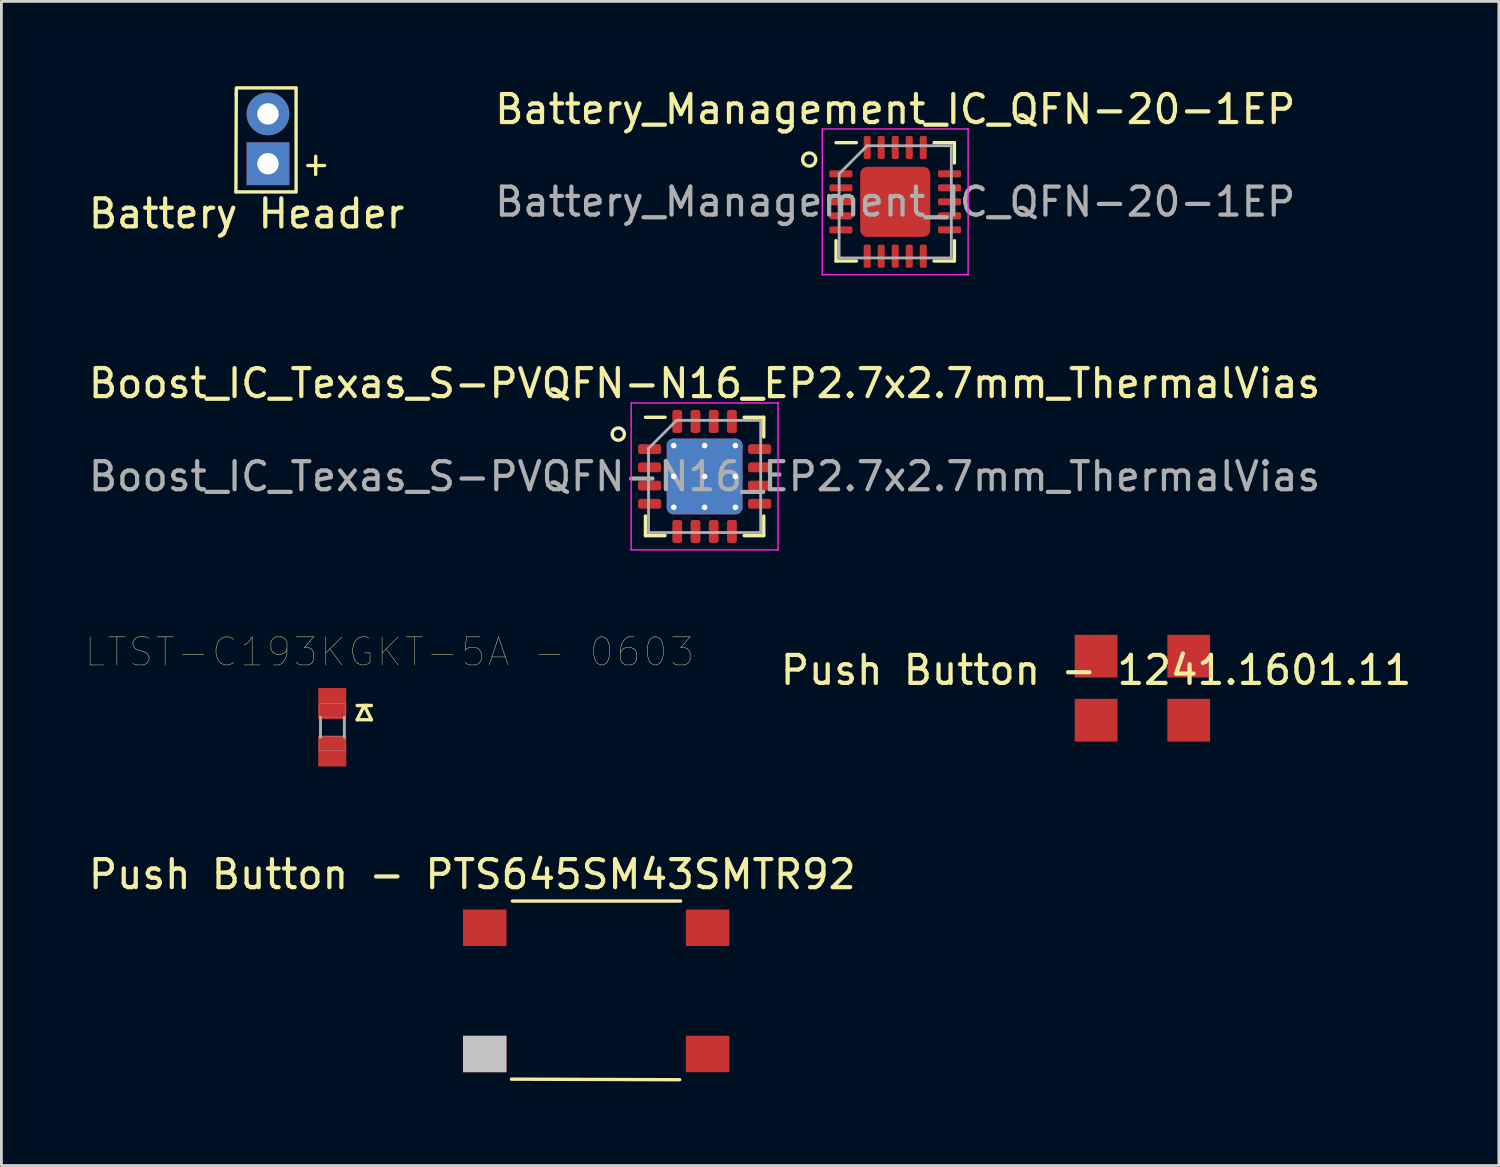
<source format=kicad_pcb>
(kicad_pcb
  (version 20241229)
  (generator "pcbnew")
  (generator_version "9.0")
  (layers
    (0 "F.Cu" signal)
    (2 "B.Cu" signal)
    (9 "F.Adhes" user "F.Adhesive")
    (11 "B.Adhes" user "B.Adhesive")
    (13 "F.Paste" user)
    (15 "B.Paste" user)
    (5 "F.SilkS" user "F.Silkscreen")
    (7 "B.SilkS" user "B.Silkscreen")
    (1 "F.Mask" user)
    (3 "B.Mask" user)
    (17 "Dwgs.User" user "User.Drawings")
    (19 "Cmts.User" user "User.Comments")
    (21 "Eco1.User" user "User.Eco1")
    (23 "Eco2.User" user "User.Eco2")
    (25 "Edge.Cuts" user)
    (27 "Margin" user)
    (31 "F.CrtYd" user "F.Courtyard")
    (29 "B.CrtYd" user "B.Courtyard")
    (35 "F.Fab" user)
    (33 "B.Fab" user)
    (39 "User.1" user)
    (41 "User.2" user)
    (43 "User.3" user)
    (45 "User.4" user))
  (footprint "Battery Header"
    (layer "F.Cu")
    (at 5.49 0.25)
    (property "Reference" "Battery Header" (at 0.254 4.318 0) (layer "F.SilkS") (effects (font (size 1 1) (thickness 0.15))))
    (attr through_hole)
    (fp_line (start -0.127 3.543) (end 2.007 3.543) (stroke (width 0.12) (type solid)) (layer "F.SilkS"))
    (fp_line (start -0.114 -0.152) (end -0.114 0.076) (stroke (width 0.12) (type solid)) (layer "F.SilkS"))
    (fp_line (start -0.114 0.051) (end -0.127 3.543) (stroke (width 0.12) (type solid)) (layer "F.SilkS"))
    (fp_line (start 2.019 -0.165) (end -0.102 -0.165) (stroke (width 0.12) (type solid)) (layer "F.SilkS"))
    (fp_line (start 2.019 3.543) (end 2.019 -0.165) (stroke (width 0.12) (type solid)) (layer "F.SilkS"))
    (fp_line (start 2.438 2.603) (end 3.035 2.603) (stroke (width 0.12) (type solid)) (layer "F.SilkS"))
    (fp_line (start 2.718 2.273) (end 2.718 2.921) (stroke (width 0.12) (type solid)) (layer "F.SilkS"))
    (pad "1" thru_hole rect (at 1.016 2.54) (size 1.524 1.524) (drill 0.762) (layers "*.Cu" "*.Mask"))
    (pad "2" thru_hole circle (at 1.016 0.762) (size 1.524 1.524) (drill 0.762) (layers "*.Cu" "*.Mask")))
  (footprint "LTST-C193KGKT-5A - 0603"
    (layer "F.Cu")
    (at 8.29 21.474)
    (property "Reference" "LTST-C193KGKT-5A - 0603" (at 2.548 -1.274 0) (layer "F.SilkS") (effects (font (size 1.003 1.003) (thickness 0.015))))
    (attr through_hole)
    (fp_line (start 1.397 0.635) (end 1.778 0.635) (stroke (width 0.12) (type solid)) (layer "F.SilkS"))
    (fp_line (start 1.397 1.143) (end 1.905 1.143) (stroke (width 0.12) (type solid)) (layer "F.SilkS"))
    (fp_line (start 1.651 0.635) (end 1.397 1.143) (stroke (width 0.12) (type solid)) (layer "F.SilkS"))
    (fp_line (start 1.778 0.635) (end 1.651 0.635) (stroke (width 0.12) (type solid)) (layer "F.SilkS"))
    (fp_line (start 1.905 0.635) (end 1.778 0.635) (stroke (width 0.12) (type solid)) (layer "F.SilkS"))
    (fp_line (start 1.905 1.143) (end 1.651 0.635) (stroke (width 0.12) (type solid)) (layer "F.SilkS"))
    (fp_line (start 0.089 1.054) (end 0.089 1.766) (stroke (width 0.102) (type solid)) (layer "F.Fab"))
    (fp_line (start 0.94 1.054) (end 0.94 1.766) (stroke (width 0.102) (type solid)) (layer "F.Fab"))
    (fp_poly (pts (xy 0.988 0.571) (xy 0.988 1.072) (xy 0.038 1.072) (xy 0.038 0.571)) (stroke (width 0.01) (type solid)) (fill no) (layer "F.Fab"))
    (fp_poly (pts (xy 0.988 1.741) (xy 0.988 2.24) (xy 0.037 2.24) (xy 0.037 1.741)) (stroke (width 0.01) (type solid)) (fill no) (layer "F.Fab"))
    (pad "1" smd rect (at 0.508 0.56 90) (size 1.1 1) (layers "F.Cu" "F.Mask" "F.Paste"))
    (pad "2" smd rect (at 0.508 2.26 270) (size 1.1 1) (layers "F.Cu" "F.Mask" "F.Paste")))
  (footprint "Push Button - 1241.1601.11"
    (layer "F.Cu")
    (at 36.039 20.349)
    (property "Reference" "Push Button - 1241.1601.11" (at 0 0.5 0) (layer "F.SilkS") (effects (font (size 1 1) (thickness 0.15))))
    (attr through_hole)
    (pad "1" smd rect (at 0 0) (size 1.524 1.524) (layers "F.Cu" "F.Mask" "F.Paste"))
    (pad "1" smd rect (at 0 2.286) (size 1.524 1.524) (layers "F.Cu" "F.Mask" "F.Paste"))
    (pad "2" smd rect (at 3.302 0) (size 1.524 1.524) (layers "F.Cu" "F.Mask" "F.Paste"))
    (pad "2" smd rect (at 3.302 2.286) (size 1.524 1.524) (layers "F.Cu" "F.Mask" "F.Paste")))
  (footprint "Push Button - PTS645SM43SMTR92"
    (layer "F.Cu")
    (at 14.236 30.037)
    (property "Reference" "Push Button - PTS645SM43SMTR92" (at -0.445 -1.905 0) (layer "F.SilkS") (effects (font (size 1 1) (thickness 0.15))))
    (attr through_hole)
    (fp_line (start 0.953 5.397) (end 6.952 5.418) (stroke (width 0.12) (type solid)) (layer "F.SilkS"))
    (fp_line (start 0.985 -0.953) (end 6.985 -0.953) (stroke (width 0.12) (type solid)) (layer "F.SilkS"))
    (pad "1" smd rect (at 0 0) (size 1.55 1.3) (layers "F.Cu" "F.Mask" "F.Paste"))
    (pad "1" smd rect (at 7.95 0) (size 1.55 1.3) (layers "F.Cu" "F.Mask" "F.Paste"))
    (pad "2" smd rect (at 0 4.5) (size 1.55 1.3) (layers "F.Cu" "F.Mask" "F.Paste" "Dwgs.User"))
    (pad "2" smd rect (at 7.95 4.5) (size 1.55 1.3) (layers "F.Cu" "F.Mask" "F.Paste")))
  (footprint "Boost_IC_Texas_S-PVQFN-N16_EP2.7x2.7mm_ThermalVias"
    (layer "F.Cu")
    (at 22.077 13.941)
    (property "Reference" "Boost_IC_Texas_S-PVQFN-N16_EP2.7x2.7mm_ThermalVias" (at 0 -3.32 0) (layer "F.SilkS") (effects (font (size 1 1) (thickness 0.15))))
    (attr smd)
    (fp_line (start -2.11 2.11) (end -2.11 1.41) (stroke (width 0.12) (type solid)) (layer "F.SilkS"))
    (fp_line (start -1.41 -2.11) (end -2.11 -2.11) (stroke (width 0.12) (type solid)) (layer "F.SilkS"))
    (fp_line (start -1.41 2.11) (end -2.11 2.11) (stroke (width 0.12) (type solid)) (layer "F.SilkS"))
    (fp_line (start 1.41 -2.11) (end 2.11 -2.11) (stroke (width 0.12) (type solid)) (layer "F.SilkS"))
    (fp_line (start 1.41 2.11) (end 2.11 2.11) (stroke (width 0.12) (type solid)) (layer "F.SilkS"))
    (fp_line (start 2.11 -2.11) (end 2.11 -1.41) (stroke (width 0.12) (type solid)) (layer "F.SilkS"))
    (fp_line (start 2.11 2.11) (end 2.11 1.41) (stroke (width 0.12) (type solid)) (layer "F.SilkS"))
    (fp_circle (center -3.078 -1.511) (end -3.023 -1.3) (stroke (width 0.12) (type solid)) (fill no) (layer "F.SilkS"))
    (fp_line (start -2.62 -2.62) (end -2.62 2.62) (stroke (width 0.05) (type solid)) (layer "F.CrtYd"))
    (fp_line (start -2.62 2.62) (end 2.62 2.62) (stroke (width 0.05) (type solid)) (layer "F.CrtYd"))
    (fp_line (start 2.62 -2.62) (end -2.62 -2.62) (stroke (width 0.05) (type solid)) (layer "F.CrtYd"))
    (fp_line (start 2.62 2.62) (end 2.62 -2.62) (stroke (width 0.05) (type solid)) (layer "F.CrtYd"))
    (fp_line (start -2 -1) (end -1 -2) (stroke (width 0.1) (type solid)) (layer "F.Fab"))
    (fp_line (start -2 2) (end -2 -1) (stroke (width 0.1) (type solid)) (layer "F.Fab"))
    (fp_line (start -1 -2) (end 2 -2) (stroke (width 0.1) (type solid)) (layer "F.Fab"))
    (fp_line (start 2 -2) (end 2 2) (stroke (width 0.1) (type solid)) (layer "F.Fab"))
    (fp_line (start 2 2) (end -2 2) (stroke (width 0.1) (type solid)) (layer "F.Fab"))
    (fp_text user "${REFERENCE}" (at 0 0 0) (layer "F.Fab") (effects (font (size 1 1) (thickness 0.15))))
    (pad "" smd roundrect (at -0.55 -0.55) (size 0.955 0.955) (layers "F.Paste") (roundrect_rratio 0.25))
    (pad "" smd roundrect (at -0.55 0.55) (size 0.955 0.955) (layers "F.Paste") (roundrect_rratio 0.25))
    (pad "" smd roundrect (at 0.55 -0.55) (size 0.955 0.955) (layers "F.Paste") (roundrect_rratio 0.25))
    (pad "" smd roundrect (at 0.55 0.55) (size 0.955 0.955) (layers "F.Paste") (roundrect_rratio 0.25))
    (pad "1" smd roundrect (at -1.962 -0.975) (size 0.825 0.35) (layers "F.Cu" "F.Mask" "F.Paste") (roundrect_rratio 0.25))
    (pad "2" smd roundrect (at -1.962 -0.325) (size 0.825 0.35) (layers "F.Cu" "F.Mask" "F.Paste") (roundrect_rratio 0.25))
    (pad "3" smd roundrect (at -1.962 0.325) (size 0.825 0.35) (layers "F.Cu" "F.Mask" "F.Paste") (roundrect_rratio 0.25))
    (pad "4" smd roundrect (at -1.962 0.975) (size 0.825 0.35) (layers "F.Cu" "F.Mask" "F.Paste") (roundrect_rratio 0.25))
    (pad "5" smd roundrect (at -0.975 1.962) (size 0.35 0.825) (layers "F.Cu" "F.Mask" "F.Paste") (roundrect_rratio 0.25))
    (pad "6" smd roundrect (at -0.325 1.962) (size 0.35 0.825) (layers "F.Cu" "F.Mask" "F.Paste") (roundrect_rratio 0.25))
    (pad "7" smd roundrect (at 0.325 1.962) (size 0.35 0.825) (layers "F.Cu" "F.Mask" "F.Paste") (roundrect_rratio 0.25))
    (pad "8" smd roundrect (at 0.975 1.962) (size 0.35 0.825) (layers "F.Cu" "F.Mask" "F.Paste") (roundrect_rratio 0.25))
    (pad "9" smd roundrect (at 1.962 0.975) (size 0.825 0.35) (layers "F.Cu" "F.Mask" "F.Paste") (roundrect_rratio 0.25))
    (pad "10" smd roundrect (at 1.962 0.325) (size 0.825 0.35) (layers "F.Cu" "F.Mask" "F.Paste") (roundrect_rratio 0.25))
    (pad "11" smd roundrect (at 1.962 -0.325) (size 0.825 0.35) (layers "F.Cu" "F.Mask" "F.Paste") (roundrect_rratio 0.25))
    (pad "12" smd roundrect (at 1.962 -0.975) (size 0.825 0.35) (layers "F.Cu" "F.Mask" "F.Paste") (roundrect_rratio 0.25))
    (pad "13" smd roundrect (at 0.975 -1.962) (size 0.35 0.825) (layers "F.Cu" "F.Mask" "F.Paste") (roundrect_rratio 0.25))
    (pad "14" smd roundrect (at 0.325 -1.962) (size 0.35 0.825) (layers "F.Cu" "F.Mask" "F.Paste") (roundrect_rratio 0.25))
    (pad "15" smd roundrect (at -0.325 -1.962) (size 0.35 0.825) (layers "F.Cu" "F.Mask" "F.Paste") (roundrect_rratio 0.25))
    (pad "16" smd roundrect (at -0.975 -1.962) (size 0.35 0.825) (layers "F.Cu" "F.Mask" "F.Paste") (roundrect_rratio 0.25))
    (pad "17" thru_hole circle (at -1.1 -1.1) (size 0.5 0.5) (drill 0.2) (layers "*.Cu"))
    (pad "17" thru_hole circle (at -1.1 0) (size 0.5 0.5) (drill 0.2) (layers "*.Cu"))
    (pad "17" thru_hole circle (at -1.1 1.1) (size 0.5 0.5) (drill 0.2) (layers "*.Cu"))
    (pad "17" thru_hole circle (at 0 -1.1) (size 0.5 0.5) (drill 0.2) (layers "*.Cu"))
    (pad "17" thru_hole circle (at 0 0) (size 0.5 0.5) (drill 0.2) (layers "*.Cu"))
    (pad "17" smd roundrect (at 0 0) (size 2.7 2.7) (layers "F.Cu" "F.Mask") (roundrect_rratio 0.093))
    (pad "17" smd roundrect (at 0 0) (size 2.7 2.7) (layers "B.Cu") (roundrect_rratio 0.093))
    (pad "17" thru_hole circle (at 0 1.1) (size 0.5 0.5) (drill 0.2) (layers "*.Cu"))
    (pad "17" thru_hole circle (at 1.1 -1.1) (size 0.5 0.5) (drill 0.2) (layers "*.Cu"))
    (pad "17" thru_hole circle (at 1.1 0) (size 0.5 0.5) (drill 0.2) (layers "*.Cu"))
    (pad "17" thru_hole circle (at 1.1 1.1) (size 0.5 0.5) (drill 0.2) (layers "*.Cu")))
  (footprint "Battery_Management_IC_QFN-20-1EP"
    (layer "F.Cu")
    (at 28.875 4.148)
    (property "Reference" "Battery_Management_IC_QFN-20-1EP" (at 0 -3.3 0) (layer "F.SilkS") (effects (font (size 1 1) (thickness 0.15))))
    (attr smd)
    (fp_line (start -2.11 2.11) (end -2.11 1.385) (stroke (width 0.12) (type solid)) (layer "F.SilkS"))
    (fp_line (start -1.385 -2.11) (end -2.11 -2.11) (stroke (width 0.12) (type solid)) (layer "F.SilkS"))
    (fp_line (start -1.385 2.11) (end -2.11 2.11) (stroke (width 0.12) (type solid)) (layer "F.SilkS"))
    (fp_line (start 1.385 -2.11) (end 2.11 -2.11) (stroke (width 0.12) (type solid)) (layer "F.SilkS"))
    (fp_line (start 1.385 2.11) (end 2.11 2.11) (stroke (width 0.12) (type solid)) (layer "F.SilkS"))
    (fp_line (start 2.11 -2.11) (end 2.11 -1.385) (stroke (width 0.12) (type solid)) (layer "F.SilkS"))
    (fp_line (start 2.11 2.11) (end 2.11 1.385) (stroke (width 0.12) (type solid)) (layer "F.SilkS"))
    (fp_circle (center -3.068 -1.509) (end -2.878 -1.374) (stroke (width 0.12) (type solid)) (fill no) (layer "F.SilkS"))
    (fp_line (start -2.6 -2.6) (end -2.6 2.6) (stroke (width 0.05) (type solid)) (layer "F.CrtYd"))
    (fp_line (start -2.6 2.6) (end 2.6 2.6) (stroke (width 0.05) (type solid)) (layer "F.CrtYd"))
    (fp_line (start 2.6 -2.6) (end -2.6 -2.6) (stroke (width 0.05) (type solid)) (layer "F.CrtYd"))
    (fp_line (start 2.6 2.6) (end 2.6 -2.6) (stroke (width 0.05) (type solid)) (layer "F.CrtYd"))
    (fp_line (start -2 -1) (end -1 -2) (stroke (width 0.1) (type solid)) (layer "F.Fab"))
    (fp_line (start -2 2) (end -2 -1) (stroke (width 0.1) (type solid)) (layer "F.Fab"))
    (fp_line (start -1 -2) (end 2 -2) (stroke (width 0.1) (type solid)) (layer "F.Fab"))
    (fp_line (start 2 -2) (end 2 2) (stroke (width 0.1) (type solid)) (layer "F.Fab"))
    (fp_line (start 2 2) (end -2 2) (stroke (width 0.1) (type solid)) (layer "F.Fab"))
    (fp_text user "${REFERENCE}" (at 0 0 0) (layer "F.Fab") (effects (font (size 1 1) (thickness 0.15))))
    (pad "" smd roundrect (at -0.625 -0.625) (size 1.01 1.01) (layers "F.Paste") (roundrect_rratio 0.248))
    (pad "" smd roundrect (at -0.625 0.625) (size 1.01 1.01) (layers "F.Paste") (roundrect_rratio 0.248))
    (pad "" smd roundrect (at 0.625 -0.625) (size 1.01 1.01) (layers "F.Paste") (roundrect_rratio 0.248))
    (pad "" smd roundrect (at 0.625 0.625) (size 1.01 1.01) (layers "F.Paste") (roundrect_rratio 0.248))
    (pad "1" smd roundrect (at -1.938 -1) (size 0.825 0.25) (layers "F.Cu" "F.Mask" "F.Paste") (roundrect_rratio 0.25))
    (pad "2" smd roundrect (at -1.938 -0.5) (size 0.825 0.25) (layers "F.Cu" "F.Mask" "F.Paste") (roundrect_rratio 0.25))
    (pad "3" smd roundrect (at -1.938 0) (size 0.825 0.25) (layers "F.Cu" "F.Mask" "F.Paste") (roundrect_rratio 0.25))
    (pad "4" smd roundrect (at -1.938 0.5) (size 0.825 0.25) (layers "F.Cu" "F.Mask" "F.Paste") (roundrect_rratio 0.25))
    (pad "5" smd roundrect (at -1.938 1) (size 0.825 0.25) (layers "F.Cu" "F.Mask" "F.Paste") (roundrect_rratio 0.25))
    (pad "6" smd roundrect (at -1 1.938) (size 0.25 0.825) (layers "F.Cu" "F.Mask" "F.Paste") (roundrect_rratio 0.25))
    (pad "7" smd roundrect (at -0.5 1.938) (size 0.25 0.825) (layers "F.Cu" "F.Mask" "F.Paste") (roundrect_rratio 0.25))
    (pad "8" smd roundrect (at 0 1.938) (size 0.25 0.825) (layers "F.Cu" "F.Mask" "F.Paste") (roundrect_rratio 0.25))
    (pad "9" smd roundrect (at 0.5 1.938) (size 0.25 0.825) (layers "F.Cu" "F.Mask" "F.Paste") (roundrect_rratio 0.25))
    (pad "10" smd roundrect (at 1 1.938) (size 0.25 0.825) (layers "F.Cu" "F.Mask" "F.Paste") (roundrect_rratio 0.25))
    (pad "11" smd roundrect (at 1.938 1) (size 0.825 0.25) (layers "F.Cu" "F.Mask" "F.Paste") (roundrect_rratio 0.25))
    (pad "12" smd roundrect (at 1.938 0.5) (size 0.825 0.25) (layers "F.Cu" "F.Mask" "F.Paste") (roundrect_rratio 0.25))
    (pad "13" smd roundrect (at 1.938 0) (size 0.825 0.25) (layers "F.Cu" "F.Mask" "F.Paste") (roundrect_rratio 0.25))
    (pad "14" smd roundrect (at 1.938 -0.5) (size 0.825 0.25) (layers "F.Cu" "F.Mask" "F.Paste") (roundrect_rratio 0.25))
    (pad "15" smd roundrect (at 1.938 -1) (size 0.825 0.25) (layers "F.Cu" "F.Mask" "F.Paste") (roundrect_rratio 0.25))
    (pad "16" smd roundrect (at 1 -1.938) (size 0.25 0.825) (layers "F.Cu" "F.Mask" "F.Paste") (roundrect_rratio 0.25))
    (pad "17" smd roundrect (at 0.5 -1.938) (size 0.25 0.825) (layers "F.Cu" "F.Mask" "F.Paste") (roundrect_rratio 0.25))
    (pad "18" smd roundrect (at 0 -1.938) (size 0.25 0.825) (layers "F.Cu" "F.Mask" "F.Paste") (roundrect_rratio 0.25))
    (pad "19" smd roundrect (at -0.5 -1.938) (size 0.25 0.825) (layers "F.Cu" "F.Mask" "F.Paste") (roundrect_rratio 0.25))
    (pad "20" smd roundrect (at -1 -1.938) (size 0.25 0.825) (layers "F.Cu" "F.Mask" "F.Paste") (roundrect_rratio 0.25))
    (pad "21" smd roundrect (at 0 0) (size 2.5 2.5) (layers "F.Cu" "F.Mask") (roundrect_rratio 0.1)))
  (gr_rect
    (start -3 -3)
    (end 50.402 38.514)
    (stroke (width 0.1) (type default))
    (fill no)
    (layer "Edge.Cuts")))
</source>
